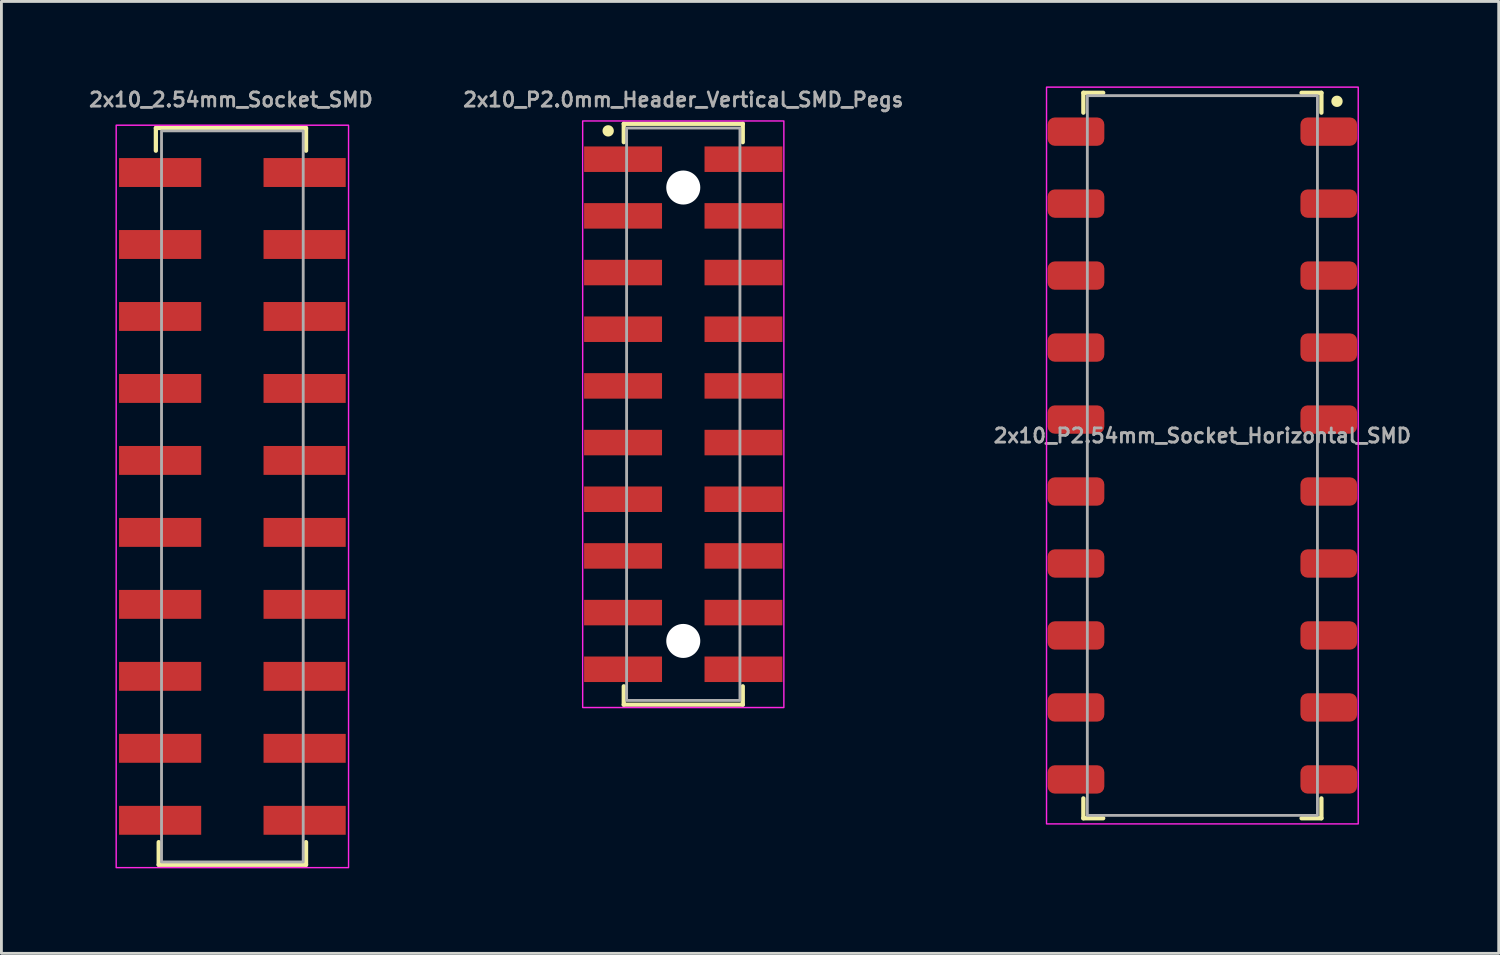
<source format=kicad_pcb>
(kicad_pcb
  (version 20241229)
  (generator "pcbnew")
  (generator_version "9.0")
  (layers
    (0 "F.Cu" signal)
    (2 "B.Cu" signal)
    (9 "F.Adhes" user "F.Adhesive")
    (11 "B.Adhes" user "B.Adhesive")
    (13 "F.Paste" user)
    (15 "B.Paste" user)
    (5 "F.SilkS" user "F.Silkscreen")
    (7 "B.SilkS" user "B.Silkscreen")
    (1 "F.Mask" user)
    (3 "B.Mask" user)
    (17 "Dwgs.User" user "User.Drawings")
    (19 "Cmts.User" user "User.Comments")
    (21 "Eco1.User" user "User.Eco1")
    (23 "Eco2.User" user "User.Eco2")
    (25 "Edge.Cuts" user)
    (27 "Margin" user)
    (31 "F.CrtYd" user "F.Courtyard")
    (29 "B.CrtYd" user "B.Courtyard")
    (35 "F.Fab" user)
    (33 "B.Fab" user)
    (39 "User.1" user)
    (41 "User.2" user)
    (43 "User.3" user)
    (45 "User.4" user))
  (footprint "2x10_P2.54mm_Socket_Horizontal_SMD"
    (layer "F.Cu")
    (at 39.381 13.025)
    (property "Reference" "2x10_P2.54mm_Socket_Horizontal_SMD" (at 0 -0.7 0) (unlocked yes) (layer "F.Fab") (effects (font (size 0.5 0.5) (thickness 0.1))))
    (attr smd)
    (fp_line (start -4.2 -12.8) (end -3.5 -12.8) (stroke (width 0.152) (type default)) (layer "F.SilkS"))
    (fp_line (start -4.2 -12.1) (end -4.2 -12.8) (stroke (width 0.152) (type default)) (layer "F.SilkS"))
    (fp_line (start -4.2 12.8) (end -4.2 12.1) (stroke (width 0.152) (type default)) (layer "F.SilkS"))
    (fp_line (start -3.5 12.8) (end -4.2 12.8) (stroke (width 0.152) (type default)) (layer "F.SilkS"))
    (fp_line (start 3.5 -12.8) (end 4.2 -12.8) (stroke (width 0.152) (type default)) (layer "F.SilkS"))
    (fp_line (start 4.2 -12.8) (end 4.2 -12.1) (stroke (width 0.152) (type default)) (layer "F.SilkS"))
    (fp_line (start 4.2 12.1) (end 4.2 12.8) (stroke (width 0.152) (type default)) (layer "F.SilkS"))
    (fp_line (start 4.2 12.8) (end 3.5 12.8) (stroke (width 0.152) (type default)) (layer "F.SilkS"))
    (fp_circle (center 4.75 -12.5) (end 4.85 -12.5) (stroke (width 0.2) (type solid)) (fill yes) (layer "F.SilkS"))
    (fp_rect (start -5.5 -13) (end 5.5 13) (stroke (width 0.05) (type default)) (fill no) (layer "F.CrtYd"))
    (fp_rect (start -4.06 -12.7) (end 4.06 12.7) (stroke (width 0.1) (type default)) (fill no) (layer "F.Fab"))
    (pad "1" smd roundrect (at 4.46 -11.43 90) (size 1 2) (layers "F.Cu" "F.Mask" "F.Paste") (roundrect_rratio 0.25))
    (pad "2" smd roundrect (at -4.46 -11.43 90) (size 1 2) (layers "F.Cu" "F.Mask" "F.Paste") (roundrect_rratio 0.25))
    (pad "3" smd roundrect (at 4.46 -8.89 90) (size 1 2) (layers "F.Cu" "F.Mask" "F.Paste") (roundrect_rratio 0.25))
    (pad "4" smd roundrect (at -4.46 -8.89 90) (size 1 2) (layers "F.Cu" "F.Mask" "F.Paste") (roundrect_rratio 0.25))
    (pad "5" smd roundrect (at 4.46 -6.35 90) (size 1 2) (layers "F.Cu" "F.Mask" "F.Paste") (roundrect_rratio 0.25))
    (pad "6" smd roundrect (at -4.46 -6.35 90) (size 1 2) (layers "F.Cu" "F.Mask" "F.Paste") (roundrect_rratio 0.25))
    (pad "7" smd roundrect (at 4.46 -3.81 90) (size 1 2) (layers "F.Cu" "F.Mask" "F.Paste") (roundrect_rratio 0.25))
    (pad "8" smd roundrect (at -4.46 -3.81 90) (size 1 2) (layers "F.Cu" "F.Mask" "F.Paste") (roundrect_rratio 0.25))
    (pad "9" smd roundrect (at 4.46 -1.27 90) (size 1 2) (layers "F.Cu" "F.Mask" "F.Paste") (roundrect_rratio 0.25))
    (pad "10" smd roundrect (at -4.46 -1.27 90) (size 1 2) (layers "F.Cu" "F.Mask" "F.Paste") (roundrect_rratio 0.25))
    (pad "11" smd roundrect (at 4.46 1.27 90) (size 1 2) (layers "F.Cu" "F.Mask" "F.Paste") (roundrect_rratio 0.25))
    (pad "12" smd roundrect (at -4.46 1.27 90) (size 1 2) (layers "F.Cu" "F.Mask" "F.Paste") (roundrect_rratio 0.25))
    (pad "13" smd roundrect (at 4.46 3.81 90) (size 1 2) (layers "F.Cu" "F.Mask" "F.Paste") (roundrect_rratio 0.25))
    (pad "14" smd roundrect (at -4.46 3.81 90) (size 1 2) (layers "F.Cu" "F.Mask" "F.Paste") (roundrect_rratio 0.25))
    (pad "15" smd roundrect (at 4.46 6.35 90) (size 1 2) (layers "F.Cu" "F.Mask" "F.Paste") (roundrect_rratio 0.25))
    (pad "16" smd roundrect (at -4.46 6.35 90) (size 1 2) (layers "F.Cu" "F.Mask" "F.Paste") (roundrect_rratio 0.25))
    (pad "17" smd roundrect (at 4.46 8.89 90) (size 1 2) (layers "F.Cu" "F.Mask" "F.Paste") (roundrect_rratio 0.25))
    (pad "18" smd roundrect (at -4.46 8.89 90) (size 1 2) (layers "F.Cu" "F.Mask" "F.Paste") (roundrect_rratio 0.25))
    (pad "19" smd roundrect (at 4.46 11.43 90) (size 1 2) (layers "F.Cu" "F.Mask" "F.Paste") (roundrect_rratio 0.25))
    (pad "20" smd roundrect (at -4.46 11.43 90) (size 1 2) (layers "F.Cu" "F.Mask" "F.Paste") (roundrect_rratio 0.25)))
  (footprint "2x10_P2.0mm_Header_Vertical_SMD_Pegs"
    (layer "F.Cu")
    (at 21.062 11.568)
    (property "Reference" "2x10_P2.0mm_Header_Vertical_SMD_Pegs" (at 0 -11.1 0) (unlocked yes) (layer "F.Fab") (effects (font (size 0.5 0.5) (thickness 0.1))))
    (attr smd)
    (fp_line (start -2.1 -10.25) (end 2.1 -10.25) (stroke (width 0.15) (type default)) (layer "F.SilkS"))
    (fp_line (start -2.1 -9.6) (end -2.1 -10.25) (stroke (width 0.15) (type default)) (layer "F.SilkS"))
    (fp_line (start -2.1 10.25) (end -2.1 9.6) (stroke (width 0.15) (type default)) (layer "F.SilkS"))
    (fp_line (start 2.1 -10.25) (end 2.1 -9.6) (stroke (width 0.15) (type default)) (layer "F.SilkS"))
    (fp_line (start 2.1 9.6) (end 2.1 10.25) (stroke (width 0.15) (type default)) (layer "F.SilkS"))
    (fp_line (start 2.1 10.25) (end -2.1 10.25) (stroke (width 0.15) (type default)) (layer "F.SilkS"))
    (fp_circle (center -2.65 -10) (end -2.55 -10) (stroke (width 0.2) (type solid)) (fill yes) (layer "F.SilkS"))
    (fp_rect (start -3.55 -10.35) (end 3.55 10.35) (stroke (width 0.05) (type default)) (fill no) (layer "F.CrtYd"))
    (fp_rect (start -2 -10.1) (end 2 10.1) (stroke (width 0.1) (type default)) (fill no) (layer "F.Fab"))
    (pad "" np_thru_hole circle (at 0 -8) (size 1.2 1.2) (drill 1.2) (layers "*.Cu" "*.Mask"))
    (pad "" np_thru_hole circle (at 0 8) (size 1.2 1.2) (drill 1.2) (layers "*.Cu" "*.Mask"))
    (pad "1" smd rect (at -2.125 -9) (size 2.75 0.9) (layers "F.Cu" "F.Mask" "F.Paste"))
    (pad "2" smd rect (at 2.125 -9) (size 2.75 0.9) (layers "F.Cu" "F.Mask" "F.Paste"))
    (pad "3" smd rect (at -2.125 -7) (size 2.75 0.9) (layers "F.Cu" "F.Mask" "F.Paste"))
    (pad "4" smd rect (at 2.125 -7) (size 2.75 0.9) (layers "F.Cu" "F.Mask" "F.Paste"))
    (pad "5" smd rect (at -2.125 -5) (size 2.75 0.9) (layers "F.Cu" "F.Mask" "F.Paste"))
    (pad "6" smd rect (at 2.125 -5) (size 2.75 0.9) (layers "F.Cu" "F.Mask" "F.Paste"))
    (pad "7" smd rect (at -2.125 -3) (size 2.75 0.9) (layers "F.Cu" "F.Mask" "F.Paste"))
    (pad "8" smd rect (at 2.125 -3) (size 2.75 0.9) (layers "F.Cu" "F.Mask" "F.Paste"))
    (pad "9" smd rect (at -2.125 -1) (size 2.75 0.9) (layers "F.Cu" "F.Mask" "F.Paste"))
    (pad "10" smd rect (at 2.125 -1) (size 2.75 0.9) (layers "F.Cu" "F.Mask" "F.Paste"))
    (pad "11" smd rect (at -2.125 1) (size 2.75 0.9) (layers "F.Cu" "F.Mask" "F.Paste"))
    (pad "12" smd rect (at 2.125 1) (size 2.75 0.9) (layers "F.Cu" "F.Mask" "F.Paste"))
    (pad "13" smd rect (at -2.125 3) (size 2.75 0.9) (layers "F.Cu" "F.Mask" "F.Paste"))
    (pad "14" smd rect (at 2.125 3) (size 2.75 0.9) (layers "F.Cu" "F.Mask" "F.Paste"))
    (pad "15" smd rect (at -2.125 5) (size 2.75 0.9) (layers "F.Cu" "F.Mask" "F.Paste"))
    (pad "16" smd rect (at 2.125 5) (size 2.75 0.9) (layers "F.Cu" "F.Mask" "F.Paste"))
    (pad "17" smd rect (at -2.125 7) (size 2.75 0.9) (layers "F.Cu" "F.Mask" "F.Paste"))
    (pad "18" smd rect (at 2.125 7) (size 2.75 0.9) (layers "F.Cu" "F.Mask" "F.Paste"))
    (pad "19" smd rect (at -2.125 9) (size 2.75 0.9) (layers "F.Cu" "F.Mask" "F.Paste"))
    (pad "20" smd rect (at 2.125 9) (size 2.75 0.9) (layers "F.Cu" "F.Mask" "F.Paste")))
  (footprint "2x10_2.54mm_Socket_SMD"
    (layer "F.Cu")
    (at 5.15 14.468)
    (property "Reference" "2x10_2.54mm_Socket_SMD" (at -0.05 -14 0) (unlocked yes) (layer "F.Fab") (effects (font (size 0.5 0.5) (thickness 0.1))))
    (attr smd)
    (fp_line (start -2.7 -13) (end 2.6 -13) (stroke (width 0.15) (type default)) (layer "F.SilkS"))
    (fp_line (start -2.7 -12.2) (end -2.7 -13) (stroke (width 0.15) (type default)) (layer "F.SilkS"))
    (fp_line (start -2.6 13) (end -2.6 12.2) (stroke (width 0.15) (type default)) (layer "F.SilkS"))
    (fp_line (start 2.6 -13) (end 2.6 -12.2) (stroke (width 0.15) (type default)) (layer "F.SilkS"))
    (fp_line (start 2.6 12.2) (end 2.6 13) (stroke (width 0.15) (type default)) (layer "F.SilkS"))
    (fp_line (start 2.6 13) (end -2.6 13) (stroke (width 0.15) (type default)) (layer "F.SilkS"))
    (fp_rect (start -4.1 -13.1) (end 4.1 13.1) (stroke (width 0.05) (type default)) (fill no) (layer "F.CrtYd"))
    (fp_rect (start -2.5 -12.9) (end 2.5 12.9) (stroke (width 0.1) (type default)) (fill no) (layer "F.Fab"))
    (pad "1" smd rect (at 2.55 -11.43) (size 2.9 1.02) (layers "F.Cu" "F.Mask" "F.Paste"))
    (pad "2" smd rect (at -2.55 -11.43) (size 2.9 1.02) (layers "F.Cu" "F.Mask" "F.Paste"))
    (pad "3" smd rect (at 2.55 -8.89) (size 2.9 1.02) (layers "F.Cu" "F.Mask" "F.Paste"))
    (pad "4" smd rect (at -2.55 -8.89) (size 2.9 1.02) (layers "F.Cu" "F.Mask" "F.Paste"))
    (pad "5" smd rect (at 2.55 -6.35) (size 2.9 1.02) (layers "F.Cu" "F.Mask" "F.Paste"))
    (pad "6" smd rect (at -2.55 -6.35) (size 2.9 1.02) (layers "F.Cu" "F.Mask" "F.Paste"))
    (pad "7" smd rect (at 2.55 -3.81) (size 2.9 1.02) (layers "F.Cu" "F.Mask" "F.Paste"))
    (pad "8" smd rect (at -2.55 -3.81) (size 2.9 1.02) (layers "F.Cu" "F.Mask" "F.Paste"))
    (pad "9" smd rect (at 2.55 -1.27) (size 2.9 1.02) (layers "F.Cu" "F.Mask" "F.Paste"))
    (pad "10" smd rect (at -2.55 -1.27) (size 2.9 1.02) (layers "F.Cu" "F.Mask" "F.Paste"))
    (pad "11" smd rect (at 2.55 1.27) (size 2.9 1.02) (layers "F.Cu" "F.Mask" "F.Paste"))
    (pad "12" smd rect (at -2.55 1.27) (size 2.9 1.02) (layers "F.Cu" "F.Mask" "F.Paste"))
    (pad "13" smd rect (at 2.55 3.81) (size 2.9 1.02) (layers "F.Cu" "F.Mask" "F.Paste"))
    (pad "14" smd rect (at -2.55 3.81) (size 2.9 1.02) (layers "F.Cu" "F.Mask" "F.Paste"))
    (pad "15" smd rect (at 2.55 6.35) (size 2.9 1.02) (layers "F.Cu" "F.Mask" "F.Paste"))
    (pad "16" smd rect (at -2.55 6.35) (size 2.9 1.02) (layers "F.Cu" "F.Mask" "F.Paste"))
    (pad "17" smd rect (at 2.55 8.89) (size 2.9 1.02) (layers "F.Cu" "F.Mask" "F.Paste"))
    (pad "18" smd rect (at -2.55 8.89) (size 2.9 1.02) (layers "F.Cu" "F.Mask" "F.Paste"))
    (pad "19" smd rect (at 2.55 11.43) (size 2.9 1.02) (layers "F.Cu" "F.Mask" "F.Paste"))
    (pad "20" smd rect (at -2.55 11.43) (size 2.9 1.02) (layers "F.Cu" "F.Mask" "F.Paste")))
  (gr_rect
    (start -3 -3)
    (end 49.838 30.593)
    (stroke (width 0.1) (type default))
    (fill no)
    (layer "Edge.Cuts")))
</source>
